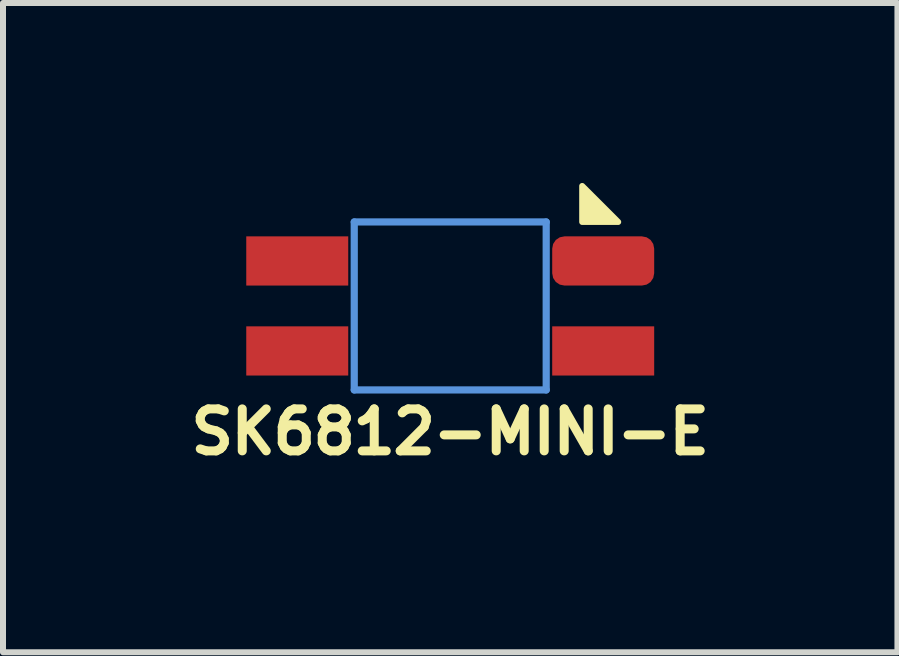
<source format=kicad_pcb>
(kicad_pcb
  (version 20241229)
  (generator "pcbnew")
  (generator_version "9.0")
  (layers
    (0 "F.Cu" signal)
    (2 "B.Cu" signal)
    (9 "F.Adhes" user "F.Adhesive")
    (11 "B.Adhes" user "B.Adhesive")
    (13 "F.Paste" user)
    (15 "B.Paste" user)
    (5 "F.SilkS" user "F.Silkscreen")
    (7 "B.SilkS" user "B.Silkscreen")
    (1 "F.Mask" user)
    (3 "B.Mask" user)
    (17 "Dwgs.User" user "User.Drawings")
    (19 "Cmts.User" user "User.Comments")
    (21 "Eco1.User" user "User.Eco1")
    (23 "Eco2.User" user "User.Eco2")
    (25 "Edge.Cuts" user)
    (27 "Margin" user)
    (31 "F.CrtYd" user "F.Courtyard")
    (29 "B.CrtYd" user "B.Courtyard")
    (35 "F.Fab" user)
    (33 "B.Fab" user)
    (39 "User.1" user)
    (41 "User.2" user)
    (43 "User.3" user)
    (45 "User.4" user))
  (footprint "SK6812-MINI-E"
    (layer "F.Cu")
    (at 4.455 2.05)
    (property "Reference" "SK6812-MINI-E" (at 0 2.1 0) (unlocked yes) (layer "F.SilkS") (effects (font (size 0.7 0.7) (thickness 0.15))))
    (attr through_hole)
    (fp_poly (pts (xy 2.8 -1.4) (xy 2.2 -1.4) (xy 2.2 -2)) (stroke (width 0.1) (type solid)) (fill yes) (layer "F.SilkS"))
    (fp_line (start -1.6 -1.4) (end 1.6 -1.4) (stroke (width 0.12) (type solid)) (layer "Cmts.User"))
    (fp_line (start -1.6 1.4) (end -1.6 -1.4) (stroke (width 0.12) (type solid)) (layer "Cmts.User"))
    (fp_line (start 1.6 -1.4) (end 1.6 1.4) (stroke (width 0.12) (type solid)) (layer "Cmts.User"))
    (fp_line (start 1.6 1.4) (end -1.6 1.4) (stroke (width 0.12) (type solid)) (layer "Cmts.User"))
    (pad "1" smd rect (at -2.55 0.75) (size 1.7 0.82) (layers "F.Cu" "F.Mask" "F.Paste"))
    (pad "2" smd rect (at -2.55 -0.75) (size 1.7 0.82) (layers "F.Cu" "F.Mask" "F.Paste"))
    (pad "3" smd roundrect (at 2.55 -0.75) (size 1.7 0.82) (layers "F.Cu" "F.Mask" "F.Paste") (roundrect_rratio 0.25))
    (pad "4" smd rect (at 2.55 0.75) (size 1.7 0.82) (layers "F.Cu" "F.Mask" "F.Paste")))
  (gr_rect
    (start -3 -3)
    (end 11.91 7.823)
    (stroke (width 0.1) (type default))
    (fill no)
    (layer "Edge.Cuts")))
</source>
